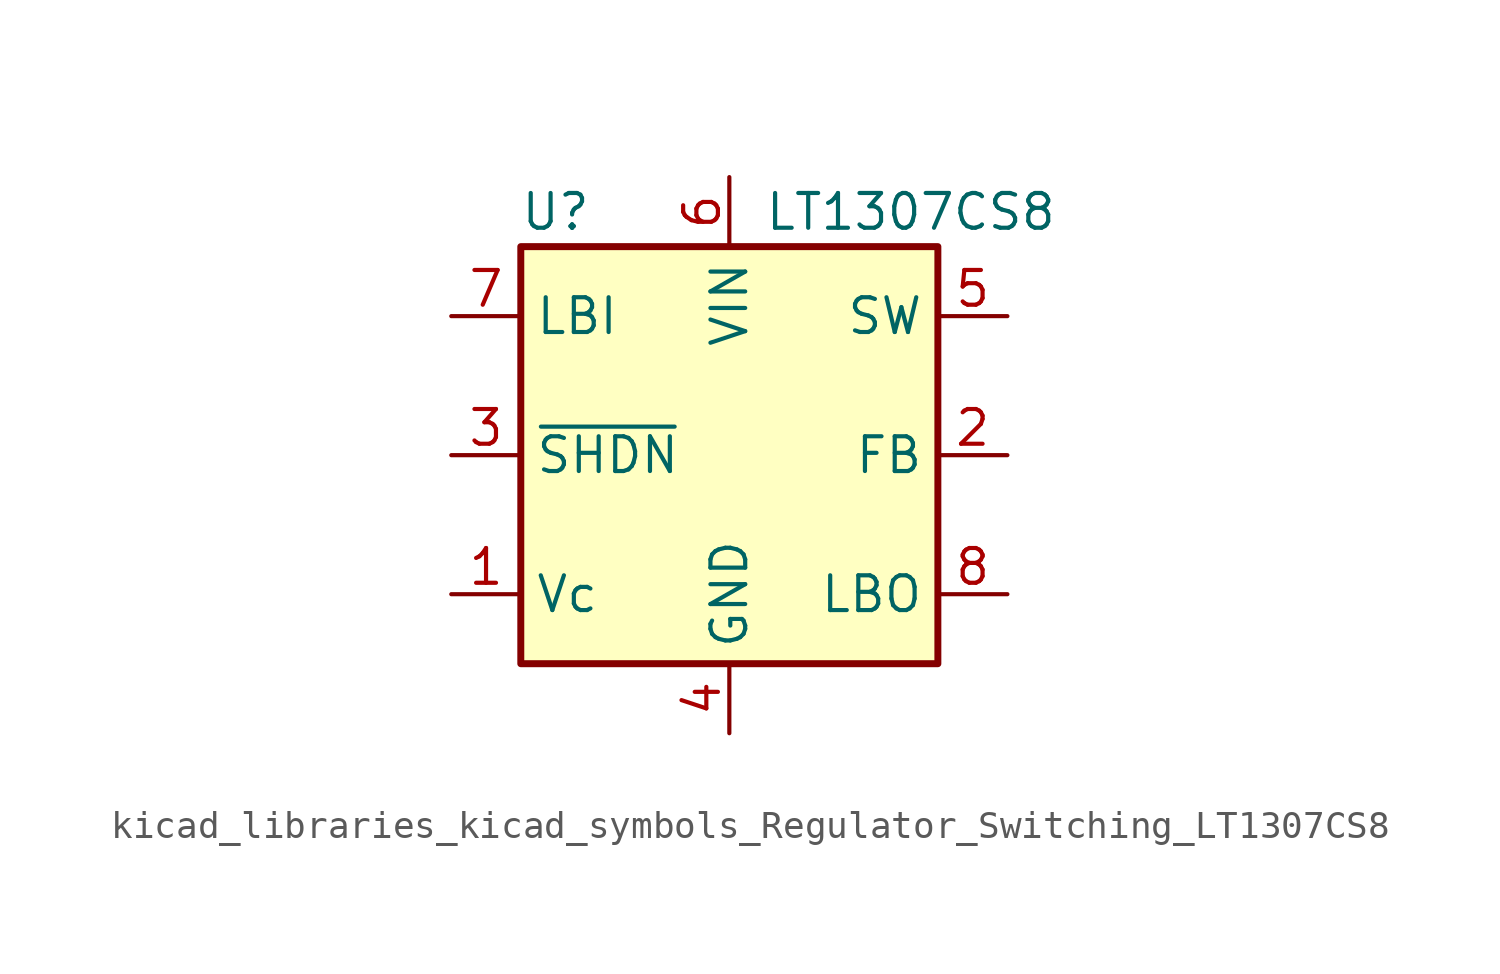
<source format=kicad_sym>
(kicad_symbol_lib
  (version 20220914)
  (generator kicad_symbol_editor)
  (symbol "kicad_libraries_kicad_symbols_Regulator_Switching_LT1307CS8"
    (property "Reference" "U"
      (at -6.35 8.89 0)
      (effects (font (size 1.27 1.27))))
    (property "Value" "LT1307CS8"
      (at 1.27 8.89 0)
      (effects (font (size 1.27 1.27)) (justify left)))
    (symbol "kicad_libraries_kicad_symbols_Regulator_Switching_LT1307CS8_0_1"
      (rectangle (start -7.62 -7.62) (end 7.62 7.62) (stroke (width 0.254) (type default)) (fill (type background))))
    (symbol "kicad_libraries_kicad_symbols_Regulator_Switching_LT1307CS8_1_1"
      (pin input line (at -10.16 -5.08 0) (length 2.54) (name "Vc" (effects (font (size 1.27 1.27)))) (number "1" (effects (font (size 1.27 1.27)))))
      (pin input line (at 10.16 0 180) (length 2.54) (name "FB" (effects (font (size 1.27 1.27)))) (number "2" (effects (font (size 1.27 1.27)))))
      (pin input line (at -10.16 0 0) (length 2.54) (name "~{SHDN}" (effects (font (size 1.27 1.27)))) (number "3" (effects (font (size 1.27 1.27)))))
      (pin power_in line (at 0 -10.16 90) (length 2.54) (name "GND" (effects (font (size 1.27 1.27)))) (number "4" (effects (font (size 1.27 1.27)))))
      (pin open_collector line (at 10.16 5.08 180) (length 2.54) (name "SW" (effects (font (size 1.27 1.27)))) (number "5" (effects (font (size 1.27 1.27)))))
      (pin power_in line (at 0 10.16 270) (length 2.54) (name "VIN" (effects (font (size 1.27 1.27)))) (number "6" (effects (font (size 1.27 1.27)))))
      (pin input line (at -10.16 5.08 0) (length 2.54) (name "LBI" (effects (font (size 1.27 1.27)))) (number "7" (effects (font (size 1.27 1.27)))))
      (pin output line (at 10.16 -5.08 180) (length 2.54) (name "LBO" (effects (font (size 1.27 1.27)))) (number "8" (effects (font (size 1.27 1.27))))))))
</source>
